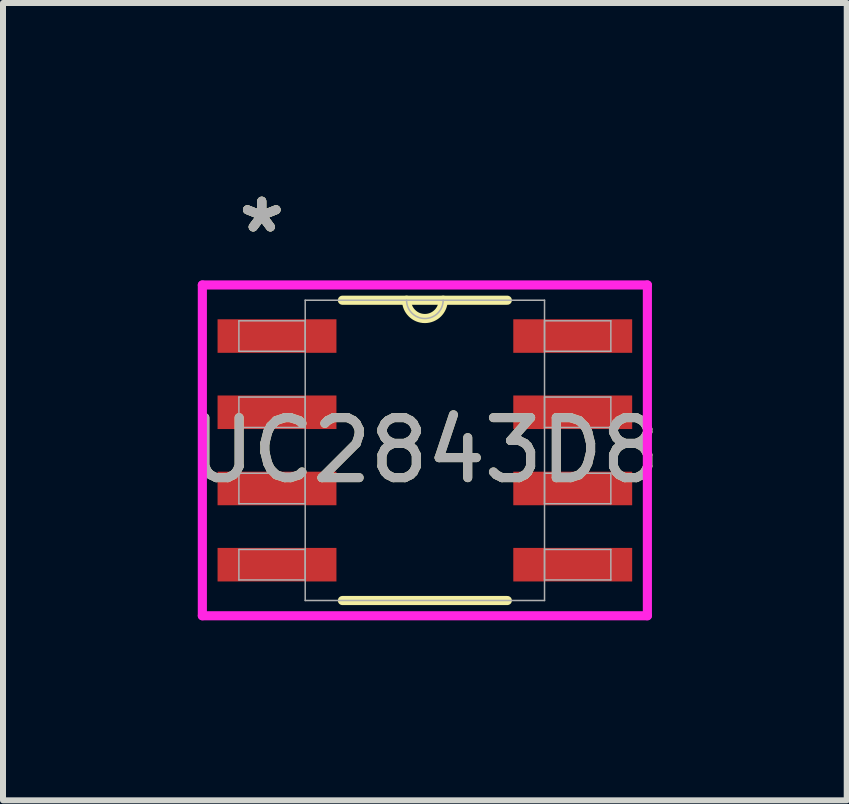
<source format=kicad_pcb>
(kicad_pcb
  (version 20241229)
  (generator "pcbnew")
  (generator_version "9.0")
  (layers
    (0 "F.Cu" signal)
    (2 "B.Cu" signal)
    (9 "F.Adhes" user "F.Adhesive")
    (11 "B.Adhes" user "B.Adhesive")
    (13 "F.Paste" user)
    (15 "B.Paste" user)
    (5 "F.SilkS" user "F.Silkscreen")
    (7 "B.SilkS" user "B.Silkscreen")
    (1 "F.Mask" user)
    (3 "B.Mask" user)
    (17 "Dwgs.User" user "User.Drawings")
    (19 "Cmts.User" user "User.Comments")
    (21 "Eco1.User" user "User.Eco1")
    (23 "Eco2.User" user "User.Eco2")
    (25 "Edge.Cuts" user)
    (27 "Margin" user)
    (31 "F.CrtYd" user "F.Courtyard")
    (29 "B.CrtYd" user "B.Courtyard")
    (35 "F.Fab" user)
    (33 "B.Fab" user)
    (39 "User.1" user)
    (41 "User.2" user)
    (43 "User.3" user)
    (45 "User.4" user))
  (footprint "UC2843D8"
    (layer "F.Cu")
    (at 4.03 4.455)
    (property "Reference" "UC2843D8" (at 0 0 0) (unlocked yes) (layer "F.SilkS") (effects (font (size 1 1) (thickness 0.15))))
    (attr smd)
    (fp_line (start -1.374 2.502) (end 1.374 2.502) (stroke (width 0.152) (type solid)) (layer "F.SilkS"))
    (fp_line (start 1.374 -2.502) (end -1.374 -2.502) (stroke (width 0.152) (type solid)) (layer "F.SilkS"))
    (fp_arc (start 0.3048 -2.5019) (mid 0 -2.1971) (end -0.3048 -2.5019) (stroke (width 0.1524) (type solid)) (layer "F.SilkS"))
    (fp_line (start -3.708 -2.756) (end 3.708 -2.756) (stroke (width 0.152) (type solid)) (layer "F.CrtYd"))
    (fp_line (start -3.708 2.756) (end -3.708 -2.756) (stroke (width 0.152) (type solid)) (layer "F.CrtYd"))
    (fp_line (start 3.708 -2.756) (end 3.708 2.756) (stroke (width 0.152) (type solid)) (layer "F.CrtYd"))
    (fp_line (start 3.708 2.756) (end -3.708 2.756) (stroke (width 0.152) (type solid)) (layer "F.CrtYd"))
    (fp_line (start -3.099 -2.159) (end -3.099 -1.651) (stroke (width 0.025) (type solid)) (layer "F.Fab"))
    (fp_line (start -3.099 -1.651) (end -1.994 -1.651) (stroke (width 0.025) (type solid)) (layer "F.Fab"))
    (fp_line (start -3.099 -0.889) (end -3.099 -0.381) (stroke (width 0.025) (type solid)) (layer "F.Fab"))
    (fp_line (start -3.099 -0.381) (end -1.994 -0.381) (stroke (width 0.025) (type solid)) (layer "F.Fab"))
    (fp_line (start -3.099 0.381) (end -3.099 0.889) (stroke (width 0.025) (type solid)) (layer "F.Fab"))
    (fp_line (start -3.099 0.889) (end -1.994 0.889) (stroke (width 0.025) (type solid)) (layer "F.Fab"))
    (fp_line (start -3.099 1.651) (end -3.099 2.159) (stroke (width 0.025) (type solid)) (layer "F.Fab"))
    (fp_line (start -3.099 2.159) (end -1.994 2.159) (stroke (width 0.025) (type solid)) (layer "F.Fab"))
    (fp_line (start -1.994 -2.502) (end -1.994 2.502) (stroke (width 0.025) (type solid)) (layer "F.Fab"))
    (fp_line (start -1.994 -2.159) (end -3.099 -2.159) (stroke (width 0.025) (type solid)) (layer "F.Fab"))
    (fp_line (start -1.994 -1.651) (end -1.994 -2.159) (stroke (width 0.025) (type solid)) (layer "F.Fab"))
    (fp_line (start -1.994 -0.889) (end -3.099 -0.889) (stroke (width 0.025) (type solid)) (layer "F.Fab"))
    (fp_line (start -1.994 -0.381) (end -1.994 -0.889) (stroke (width 0.025) (type solid)) (layer "F.Fab"))
    (fp_line (start -1.994 0.381) (end -3.099 0.381) (stroke (width 0.025) (type solid)) (layer "F.Fab"))
    (fp_line (start -1.994 0.889) (end -1.994 0.381) (stroke (width 0.025) (type solid)) (layer "F.Fab"))
    (fp_line (start -1.994 1.651) (end -3.099 1.651) (stroke (width 0.025) (type solid)) (layer "F.Fab"))
    (fp_line (start -1.994 2.159) (end -1.994 1.651) (stroke (width 0.025) (type solid)) (layer "F.Fab"))
    (fp_line (start -1.994 2.502) (end 1.994 2.502) (stroke (width 0.025) (type solid)) (layer "F.Fab"))
    (fp_line (start 1.994 -2.502) (end -1.994 -2.502) (stroke (width 0.025) (type solid)) (layer "F.Fab"))
    (fp_line (start 1.994 -2.159) (end 1.994 -1.651) (stroke (width 0.025) (type solid)) (layer "F.Fab"))
    (fp_line (start 1.994 -1.651) (end 3.099 -1.651) (stroke (width 0.025) (type solid)) (layer "F.Fab"))
    (fp_line (start 1.994 -0.889) (end 1.994 -0.381) (stroke (width 0.025) (type solid)) (layer "F.Fab"))
    (fp_line (start 1.994 -0.381) (end 3.099 -0.381) (stroke (width 0.025) (type solid)) (layer "F.Fab"))
    (fp_line (start 1.994 0.381) (end 1.994 0.889) (stroke (width 0.025) (type solid)) (layer "F.Fab"))
    (fp_line (start 1.994 0.889) (end 3.099 0.889) (stroke (width 0.025) (type solid)) (layer "F.Fab"))
    (fp_line (start 1.994 1.651) (end 1.994 2.159) (stroke (width 0.025) (type solid)) (layer "F.Fab"))
    (fp_line (start 1.994 2.159) (end 3.099 2.159) (stroke (width 0.025) (type solid)) (layer "F.Fab"))
    (fp_line (start 1.994 2.502) (end 1.994 -2.502) (stroke (width 0.025) (type solid)) (layer "F.Fab"))
    (fp_line (start 3.099 -2.159) (end 1.994 -2.159) (stroke (width 0.025) (type solid)) (layer "F.Fab"))
    (fp_line (start 3.099 -1.651) (end 3.099 -2.159) (stroke (width 0.025) (type solid)) (layer "F.Fab"))
    (fp_line (start 3.099 -0.889) (end 1.994 -0.889) (stroke (width 0.025) (type solid)) (layer "F.Fab"))
    (fp_line (start 3.099 -0.381) (end 3.099 -0.889) (stroke (width 0.025) (type solid)) (layer "F.Fab"))
    (fp_line (start 3.099 0.381) (end 1.994 0.381) (stroke (width 0.025) (type solid)) (layer "F.Fab"))
    (fp_line (start 3.099 0.889) (end 3.099 0.381) (stroke (width 0.025) (type solid)) (layer "F.Fab"))
    (fp_line (start 3.099 1.651) (end 1.994 1.651) (stroke (width 0.025) (type solid)) (layer "F.Fab"))
    (fp_line (start 3.099 2.159) (end 3.099 1.651) (stroke (width 0.025) (type solid)) (layer "F.Fab"))
    (fp_arc (start 0.3048 -2.5019) (mid 0 -2.1971) (end -0.3048 -2.5019) (stroke (width 0.0254) (type solid)) (layer "F.Fab"))
    (fp_text user "*" (at -2.718 -3.607 0) (layer "F.SilkS") (effects (font (size 1 1) (thickness 0.15))))
    (fp_text user "*" (at -2.718 -3.607 0) (unlocked yes) (layer "F.SilkS") (effects (font (size 1 1) (thickness 0.15))))
    (fp_text user "*" (at -2.718 -3.607 0) (layer "F.Fab") (effects (font (size 1 1) (thickness 0.15))))
    (fp_text user "${REFERENCE}" (at 0 0 0) (unlocked yes) (layer "F.Fab") (effects (font (size 1 1) (thickness 0.15))))
    (fp_text user "*" (at -2.718 -3.607 0) (unlocked yes) (layer "F.Fab") (effects (font (size 1 1) (thickness 0.15))))
    (pad "1" smd rect (at -2.464 -1.905) (size 1.981 0.559) (layers "F.Cu" "F.Mask" "F.Paste"))
    (pad "2" smd rect (at -2.464 -0.635) (size 1.981 0.559) (layers "F.Cu" "F.Mask" "F.Paste"))
    (pad "3" smd rect (at -2.464 0.635) (size 1.981 0.559) (layers "F.Cu" "F.Mask" "F.Paste"))
    (pad "4" smd rect (at -2.464 1.905) (size 1.981 0.559) (layers "F.Cu" "F.Mask" "F.Paste"))
    (pad "5" smd rect (at 2.464 1.905) (size 1.981 0.559) (layers "F.Cu" "F.Mask" "F.Paste"))
    (pad "6" smd rect (at 2.464 0.635) (size 1.981 0.559) (layers "F.Cu" "F.Mask" "F.Paste"))
    (pad "7" smd rect (at 2.464 -0.635) (size 1.981 0.559) (layers "F.Cu" "F.Mask" "F.Paste"))
    (pad "8" smd rect (at 2.464 -1.905) (size 1.981 0.559) (layers "F.Cu" "F.Mask" "F.Paste")))
  (gr_rect
    (start -3 -3)
    (end 11.06 10.287)
    (stroke (width 0.1) (type default))
    (fill no)
    (layer "Edge.Cuts")))
</source>
